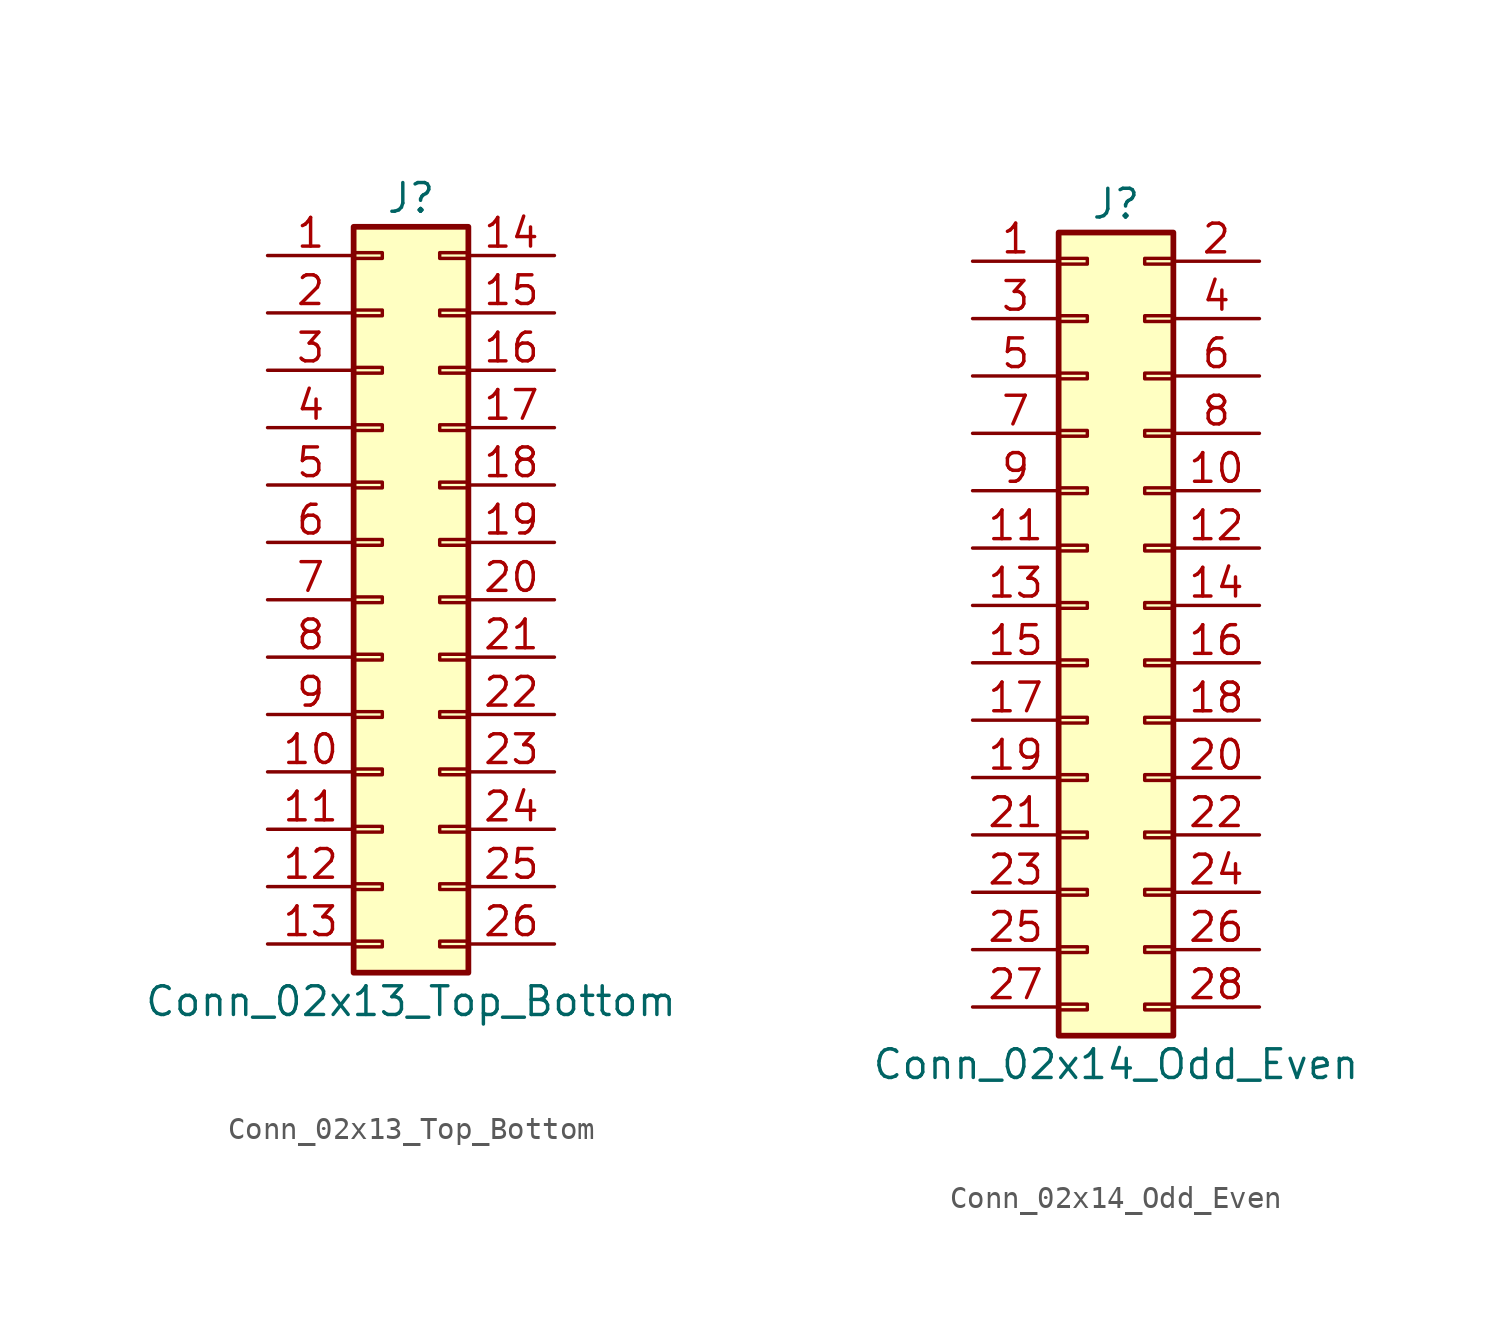
<source format=kicad_sym>
(kicad_symbol_lib
  (version 20211014)
  (generator kicad_symbol_editor)
  (symbol "Conn_02x13_Top_Bottom"
    (pin_names
      (offset 1.016) hide)
    (property "Reference" "J"
      (at 1.27 17.78 0)
      (effects (font (size 1.27 1.27))))
    (property "Value" "Conn_02x13_Top_Bottom"
      (at 1.27 -17.78 0)
      (effects (font (size 1.27 1.27))))
    (symbol "Conn_02x13_Top_Bottom_1_1"
      (rectangle (start -1.27 -15.113) (end 0 -15.367) (stroke (width 0.152) (type default) (color 0 0 0 0)) (fill (type none)))
      (rectangle (start -1.27 -12.573) (end 0 -12.827) (stroke (width 0.152) (type default) (color 0 0 0 0)) (fill (type none)))
      (rectangle (start -1.27 -10.033) (end 0 -10.287) (stroke (width 0.152) (type default) (color 0 0 0 0)) (fill (type none)))
      (rectangle (start -1.27 -7.493) (end 0 -7.747) (stroke (width 0.152) (type default) (color 0 0 0 0)) (fill (type none)))
      (rectangle (start -1.27 -4.953) (end 0 -5.207) (stroke (width 0.152) (type default) (color 0 0 0 0)) (fill (type none)))
      (rectangle (start -1.27 -2.413) (end 0 -2.667) (stroke (width 0.152) (type default) (color 0 0 0 0)) (fill (type none)))
      (rectangle (start -1.27 0.127) (end 0 -0.127) (stroke (width 0.152) (type default) (color 0 0 0 0)) (fill (type none)))
      (rectangle (start -1.27 2.667) (end 0 2.413) (stroke (width 0.152) (type default) (color 0 0 0 0)) (fill (type none)))
      (rectangle (start -1.27 5.207) (end 0 4.953) (stroke (width 0.152) (type default) (color 0 0 0 0)) (fill (type none)))
      (rectangle (start -1.27 7.747) (end 0 7.493) (stroke (width 0.152) (type default) (color 0 0 0 0)) (fill (type none)))
      (rectangle (start -1.27 10.287) (end 0 10.033) (stroke (width 0.152) (type default) (color 0 0 0 0)) (fill (type none)))
      (rectangle (start -1.27 12.827) (end 0 12.573) (stroke (width 0.152) (type default) (color 0 0 0 0)) (fill (type none)))
      (rectangle (start -1.27 15.367) (end 0 15.113) (stroke (width 0.152) (type default) (color 0 0 0 0)) (fill (type none)))
      (rectangle (start -1.27 16.51) (end 3.81 -16.51) (stroke (width 0.254) (type default) (color 0 0 0 0)) (fill (type background)))
      (rectangle (start 3.81 -15.113) (end 2.54 -15.367) (stroke (width 0.152) (type default) (color 0 0 0 0)) (fill (type none)))
      (rectangle (start 3.81 -12.573) (end 2.54 -12.827) (stroke (width 0.152) (type default) (color 0 0 0 0)) (fill (type none)))
      (rectangle (start 3.81 -10.033) (end 2.54 -10.287) (stroke (width 0.152) (type default) (color 0 0 0 0)) (fill (type none)))
      (rectangle (start 3.81 -7.493) (end 2.54 -7.747) (stroke (width 0.152) (type default) (color 0 0 0 0)) (fill (type none)))
      (rectangle (start 3.81 -4.953) (end 2.54 -5.207) (stroke (width 0.152) (type default) (color 0 0 0 0)) (fill (type none)))
      (rectangle (start 3.81 -2.413) (end 2.54 -2.667) (stroke (width 0.152) (type default) (color 0 0 0 0)) (fill (type none)))
      (rectangle (start 3.81 0.127) (end 2.54 -0.127) (stroke (width 0.152) (type default) (color 0 0 0 0)) (fill (type none)))
      (rectangle (start 3.81 2.667) (end 2.54 2.413) (stroke (width 0.152) (type default) (color 0 0 0 0)) (fill (type none)))
      (rectangle (start 3.81 5.207) (end 2.54 4.953) (stroke (width 0.152) (type default) (color 0 0 0 0)) (fill (type none)))
      (rectangle (start 3.81 7.747) (end 2.54 7.493) (stroke (width 0.152) (type default) (color 0 0 0 0)) (fill (type none)))
      (rectangle (start 3.81 10.287) (end 2.54 10.033) (stroke (width 0.152) (type default) (color 0 0 0 0)) (fill (type none)))
      (rectangle (start 3.81 12.827) (end 2.54 12.573) (stroke (width 0.152) (type default) (color 0 0 0 0)) (fill (type none)))
      (rectangle (start 3.81 15.367) (end 2.54 15.113) (stroke (width 0.152) (type default) (color 0 0 0 0)) (fill (type none)))
      (pin passive line (at -5.08 15.24 0) (length 3.81) (name "Pin_1" (effects (font (size 1.27 1.27)))) (number "1" (effects (font (size 1.27 1.27)))))
      (pin passive line (at -5.08 -7.62 0) (length 3.81) (name "Pin_10" (effects (font (size 1.27 1.27)))) (number "10" (effects (font (size 1.27 1.27)))))
      (pin passive line (at -5.08 -10.16 0) (length 3.81) (name "Pin_11" (effects (font (size 1.27 1.27)))) (number "11" (effects (font (size 1.27 1.27)))))
      (pin passive line (at -5.08 -12.7 0) (length 3.81) (name "Pin_12" (effects (font (size 1.27 1.27)))) (number "12" (effects (font (size 1.27 1.27)))))
      (pin passive line (at -5.08 -15.24 0) (length 3.81) (name "Pin_13" (effects (font (size 1.27 1.27)))) (number "13" (effects (font (size 1.27 1.27)))))
      (pin passive line (at 7.62 15.24 180) (length 3.81) (name "Pin_14" (effects (font (size 1.27 1.27)))) (number "14" (effects (font (size 1.27 1.27)))))
      (pin passive line (at 7.62 12.7 180) (length 3.81) (name "Pin_15" (effects (font (size 1.27 1.27)))) (number "15" (effects (font (size 1.27 1.27)))))
      (pin passive line (at 7.62 10.16 180) (length 3.81) (name "Pin_16" (effects (font (size 1.27 1.27)))) (number "16" (effects (font (size 1.27 1.27)))))
      (pin passive line (at 7.62 7.62 180) (length 3.81) (name "Pin_17" (effects (font (size 1.27 1.27)))) (number "17" (effects (font (size 1.27 1.27)))))
      (pin passive line (at 7.62 5.08 180) (length 3.81) (name "Pin_18" (effects (font (size 1.27 1.27)))) (number "18" (effects (font (size 1.27 1.27)))))
      (pin passive line (at 7.62 2.54 180) (length 3.81) (name "Pin_19" (effects (font (size 1.27 1.27)))) (number "19" (effects (font (size 1.27 1.27)))))
      (pin passive line (at -5.08 12.7 0) (length 3.81) (name "Pin_2" (effects (font (size 1.27 1.27)))) (number "2" (effects (font (size 1.27 1.27)))))
      (pin passive line (at 7.62 0 180) (length 3.81) (name "Pin_20" (effects (font (size 1.27 1.27)))) (number "20" (effects (font (size 1.27 1.27)))))
      (pin passive line (at 7.62 -2.54 180) (length 3.81) (name "Pin_21" (effects (font (size 1.27 1.27)))) (number "21" (effects (font (size 1.27 1.27)))))
      (pin passive line (at 7.62 -5.08 180) (length 3.81) (name "Pin_22" (effects (font (size 1.27 1.27)))) (number "22" (effects (font (size 1.27 1.27)))))
      (pin passive line (at 7.62 -7.62 180) (length 3.81) (name "Pin_23" (effects (font (size 1.27 1.27)))) (number "23" (effects (font (size 1.27 1.27)))))
      (pin passive line (at 7.62 -10.16 180) (length 3.81) (name "Pin_24" (effects (font (size 1.27 1.27)))) (number "24" (effects (font (size 1.27 1.27)))))
      (pin passive line (at 7.62 -12.7 180) (length 3.81) (name "Pin_25" (effects (font (size 1.27 1.27)))) (number "25" (effects (font (size 1.27 1.27)))))
      (pin passive line (at 7.62 -15.24 180) (length 3.81) (name "Pin_26" (effects (font (size 1.27 1.27)))) (number "26" (effects (font (size 1.27 1.27)))))
      (pin passive line (at -5.08 10.16 0) (length 3.81) (name "Pin_3" (effects (font (size 1.27 1.27)))) (number "3" (effects (font (size 1.27 1.27)))))
      (pin passive line (at -5.08 7.62 0) (length 3.81) (name "Pin_4" (effects (font (size 1.27 1.27)))) (number "4" (effects (font (size 1.27 1.27)))))
      (pin passive line (at -5.08 5.08 0) (length 3.81) (name "Pin_5" (effects (font (size 1.27 1.27)))) (number "5" (effects (font (size 1.27 1.27)))))
      (pin passive line (at -5.08 2.54 0) (length 3.81) (name "Pin_6" (effects (font (size 1.27 1.27)))) (number "6" (effects (font (size 1.27 1.27)))))
      (pin passive line (at -5.08 0 0) (length 3.81) (name "Pin_7" (effects (font (size 1.27 1.27)))) (number "7" (effects (font (size 1.27 1.27)))))
      (pin passive line (at -5.08 -2.54 0) (length 3.81) (name "Pin_8" (effects (font (size 1.27 1.27)))) (number "8" (effects (font (size 1.27 1.27)))))
      (pin passive line (at -5.08 -5.08 0) (length 3.81) (name "Pin_9" (effects (font (size 1.27 1.27)))) (number "9" (effects (font (size 1.27 1.27)))))))
  (symbol "Conn_02x14_Odd_Even"
    (pin_names
      (offset 1.016) hide)
    (property "Reference" "J"
      (at 1.27 17.78 0)
      (effects (font (size 1.27 1.27))))
    (property "Value" "Conn_02x14_Odd_Even"
      (at 1.27 -20.32 0)
      (effects (font (size 1.27 1.27))))
    (symbol "Conn_02x14_Odd_Even_1_1"
      (rectangle (start -1.27 -17.653) (end 0 -17.907) (stroke (width 0.152) (type default) (color 0 0 0 0)) (fill (type none)))
      (rectangle (start -1.27 -15.113) (end 0 -15.367) (stroke (width 0.152) (type default) (color 0 0 0 0)) (fill (type none)))
      (rectangle (start -1.27 -12.573) (end 0 -12.827) (stroke (width 0.152) (type default) (color 0 0 0 0)) (fill (type none)))
      (rectangle (start -1.27 -10.033) (end 0 -10.287) (stroke (width 0.152) (type default) (color 0 0 0 0)) (fill (type none)))
      (rectangle (start -1.27 -7.493) (end 0 -7.747) (stroke (width 0.152) (type default) (color 0 0 0 0)) (fill (type none)))
      (rectangle (start -1.27 -4.953) (end 0 -5.207) (stroke (width 0.152) (type default) (color 0 0 0 0)) (fill (type none)))
      (rectangle (start -1.27 -2.413) (end 0 -2.667) (stroke (width 0.152) (type default) (color 0 0 0 0)) (fill (type none)))
      (rectangle (start -1.27 0.127) (end 0 -0.127) (stroke (width 0.152) (type default) (color 0 0 0 0)) (fill (type none)))
      (rectangle (start -1.27 2.667) (end 0 2.413) (stroke (width 0.152) (type default) (color 0 0 0 0)) (fill (type none)))
      (rectangle (start -1.27 5.207) (end 0 4.953) (stroke (width 0.152) (type default) (color 0 0 0 0)) (fill (type none)))
      (rectangle (start -1.27 7.747) (end 0 7.493) (stroke (width 0.152) (type default) (color 0 0 0 0)) (fill (type none)))
      (rectangle (start -1.27 10.287) (end 0 10.033) (stroke (width 0.152) (type default) (color 0 0 0 0)) (fill (type none)))
      (rectangle (start -1.27 12.827) (end 0 12.573) (stroke (width 0.152) (type default) (color 0 0 0 0)) (fill (type none)))
      (rectangle (start -1.27 15.367) (end 0 15.113) (stroke (width 0.152) (type default) (color 0 0 0 0)) (fill (type none)))
      (rectangle (start -1.27 16.51) (end 3.81 -19.05) (stroke (width 0.254) (type default) (color 0 0 0 0)) (fill (type background)))
      (rectangle (start 3.81 -17.653) (end 2.54 -17.907) (stroke (width 0.152) (type default) (color 0 0 0 0)) (fill (type none)))
      (rectangle (start 3.81 -15.113) (end 2.54 -15.367) (stroke (width 0.152) (type default) (color 0 0 0 0)) (fill (type none)))
      (rectangle (start 3.81 -12.573) (end 2.54 -12.827) (stroke (width 0.152) (type default) (color 0 0 0 0)) (fill (type none)))
      (rectangle (start 3.81 -10.033) (end 2.54 -10.287) (stroke (width 0.152) (type default) (color 0 0 0 0)) (fill (type none)))
      (rectangle (start 3.81 -7.493) (end 2.54 -7.747) (stroke (width 0.152) (type default) (color 0 0 0 0)) (fill (type none)))
      (rectangle (start 3.81 -4.953) (end 2.54 -5.207) (stroke (width 0.152) (type default) (color 0 0 0 0)) (fill (type none)))
      (rectangle (start 3.81 -2.413) (end 2.54 -2.667) (stroke (width 0.152) (type default) (color 0 0 0 0)) (fill (type none)))
      (rectangle (start 3.81 0.127) (end 2.54 -0.127) (stroke (width 0.152) (type default) (color 0 0 0 0)) (fill (type none)))
      (rectangle (start 3.81 2.667) (end 2.54 2.413) (stroke (width 0.152) (type default) (color 0 0 0 0)) (fill (type none)))
      (rectangle (start 3.81 5.207) (end 2.54 4.953) (stroke (width 0.152) (type default) (color 0 0 0 0)) (fill (type none)))
      (rectangle (start 3.81 7.747) (end 2.54 7.493) (stroke (width 0.152) (type default) (color 0 0 0 0)) (fill (type none)))
      (rectangle (start 3.81 10.287) (end 2.54 10.033) (stroke (width 0.152) (type default) (color 0 0 0 0)) (fill (type none)))
      (rectangle (start 3.81 12.827) (end 2.54 12.573) (stroke (width 0.152) (type default) (color 0 0 0 0)) (fill (type none)))
      (rectangle (start 3.81 15.367) (end 2.54 15.113) (stroke (width 0.152) (type default) (color 0 0 0 0)) (fill (type none)))
      (pin passive line (at -5.08 15.24 0) (length 3.81) (name "Pin_1" (effects (font (size 1.27 1.27)))) (number "1" (effects (font (size 1.27 1.27)))))
      (pin passive line (at 7.62 5.08 180) (length 3.81) (name "Pin_10" (effects (font (size 1.27 1.27)))) (number "10" (effects (font (size 1.27 1.27)))))
      (pin passive line (at -5.08 2.54 0) (length 3.81) (name "Pin_11" (effects (font (size 1.27 1.27)))) (number "11" (effects (font (size 1.27 1.27)))))
      (pin passive line (at 7.62 2.54 180) (length 3.81) (name "Pin_12" (effects (font (size 1.27 1.27)))) (number "12" (effects (font (size 1.27 1.27)))))
      (pin passive line (at -5.08 0 0) (length 3.81) (name "Pin_13" (effects (font (size 1.27 1.27)))) (number "13" (effects (font (size 1.27 1.27)))))
      (pin passive line (at 7.62 0 180) (length 3.81) (name "Pin_14" (effects (font (size 1.27 1.27)))) (number "14" (effects (font (size 1.27 1.27)))))
      (pin passive line (at -5.08 -2.54 0) (length 3.81) (name "Pin_15" (effects (font (size 1.27 1.27)))) (number "15" (effects (font (size 1.27 1.27)))))
      (pin passive line (at 7.62 -2.54 180) (length 3.81) (name "Pin_16" (effects (font (size 1.27 1.27)))) (number "16" (effects (font (size 1.27 1.27)))))
      (pin passive line (at -5.08 -5.08 0) (length 3.81) (name "Pin_17" (effects (font (size 1.27 1.27)))) (number "17" (effects (font (size 1.27 1.27)))))
      (pin passive line (at 7.62 -5.08 180) (length 3.81) (name "Pin_18" (effects (font (size 1.27 1.27)))) (number "18" (effects (font (size 1.27 1.27)))))
      (pin passive line (at -5.08 -7.62 0) (length 3.81) (name "Pin_19" (effects (font (size 1.27 1.27)))) (number "19" (effects (font (size 1.27 1.27)))))
      (pin passive line (at 7.62 15.24 180) (length 3.81) (name "Pin_2" (effects (font (size 1.27 1.27)))) (number "2" (effects (font (size 1.27 1.27)))))
      (pin passive line (at 7.62 -7.62 180) (length 3.81) (name "Pin_20" (effects (font (size 1.27 1.27)))) (number "20" (effects (font (size 1.27 1.27)))))
      (pin passive line (at -5.08 -10.16 0) (length 3.81) (name "Pin_21" (effects (font (size 1.27 1.27)))) (number "21" (effects (font (size 1.27 1.27)))))
      (pin passive line (at 7.62 -10.16 180) (length 3.81) (name "Pin_22" (effects (font (size 1.27 1.27)))) (number "22" (effects (font (size 1.27 1.27)))))
      (pin passive line (at -5.08 -12.7 0) (length 3.81) (name "Pin_23" (effects (font (size 1.27 1.27)))) (number "23" (effects (font (size 1.27 1.27)))))
      (pin passive line (at 7.62 -12.7 180) (length 3.81) (name "Pin_24" (effects (font (size 1.27 1.27)))) (number "24" (effects (font (size 1.27 1.27)))))
      (pin passive line (at -5.08 -15.24 0) (length 3.81) (name "Pin_25" (effects (font (size 1.27 1.27)))) (number "25" (effects (font (size 1.27 1.27)))))
      (pin passive line (at 7.62 -15.24 180) (length 3.81) (name "Pin_26" (effects (font (size 1.27 1.27)))) (number "26" (effects (font (size 1.27 1.27)))))
      (pin passive line (at -5.08 -17.78 0) (length 3.81) (name "Pin_27" (effects (font (size 1.27 1.27)))) (number "27" (effects (font (size 1.27 1.27)))))
      (pin passive line (at 7.62 -17.78 180) (length 3.81) (name "Pin_28" (effects (font (size 1.27 1.27)))) (number "28" (effects (font (size 1.27 1.27)))))
      (pin passive line (at -5.08 12.7 0) (length 3.81) (name "Pin_3" (effects (font (size 1.27 1.27)))) (number "3" (effects (font (size 1.27 1.27)))))
      (pin passive line (at 7.62 12.7 180) (length 3.81) (name "Pin_4" (effects (font (size 1.27 1.27)))) (number "4" (effects (font (size 1.27 1.27)))))
      (pin passive line (at -5.08 10.16 0) (length 3.81) (name "Pin_5" (effects (font (size 1.27 1.27)))) (number "5" (effects (font (size 1.27 1.27)))))
      (pin passive line (at 7.62 10.16 180) (length 3.81) (name "Pin_6" (effects (font (size 1.27 1.27)))) (number "6" (effects (font (size 1.27 1.27)))))
      (pin passive line (at -5.08 7.62 0) (length 3.81) (name "Pin_7" (effects (font (size 1.27 1.27)))) (number "7" (effects (font (size 1.27 1.27)))))
      (pin passive line (at 7.62 7.62 180) (length 3.81) (name "Pin_8" (effects (font (size 1.27 1.27)))) (number "8" (effects (font (size 1.27 1.27)))))
      (pin passive line (at -5.08 5.08 0) (length 3.81) (name "Pin_9" (effects (font (size 1.27 1.27)))) (number "9" (effects (font (size 1.27 1.27))))))))
</source>
